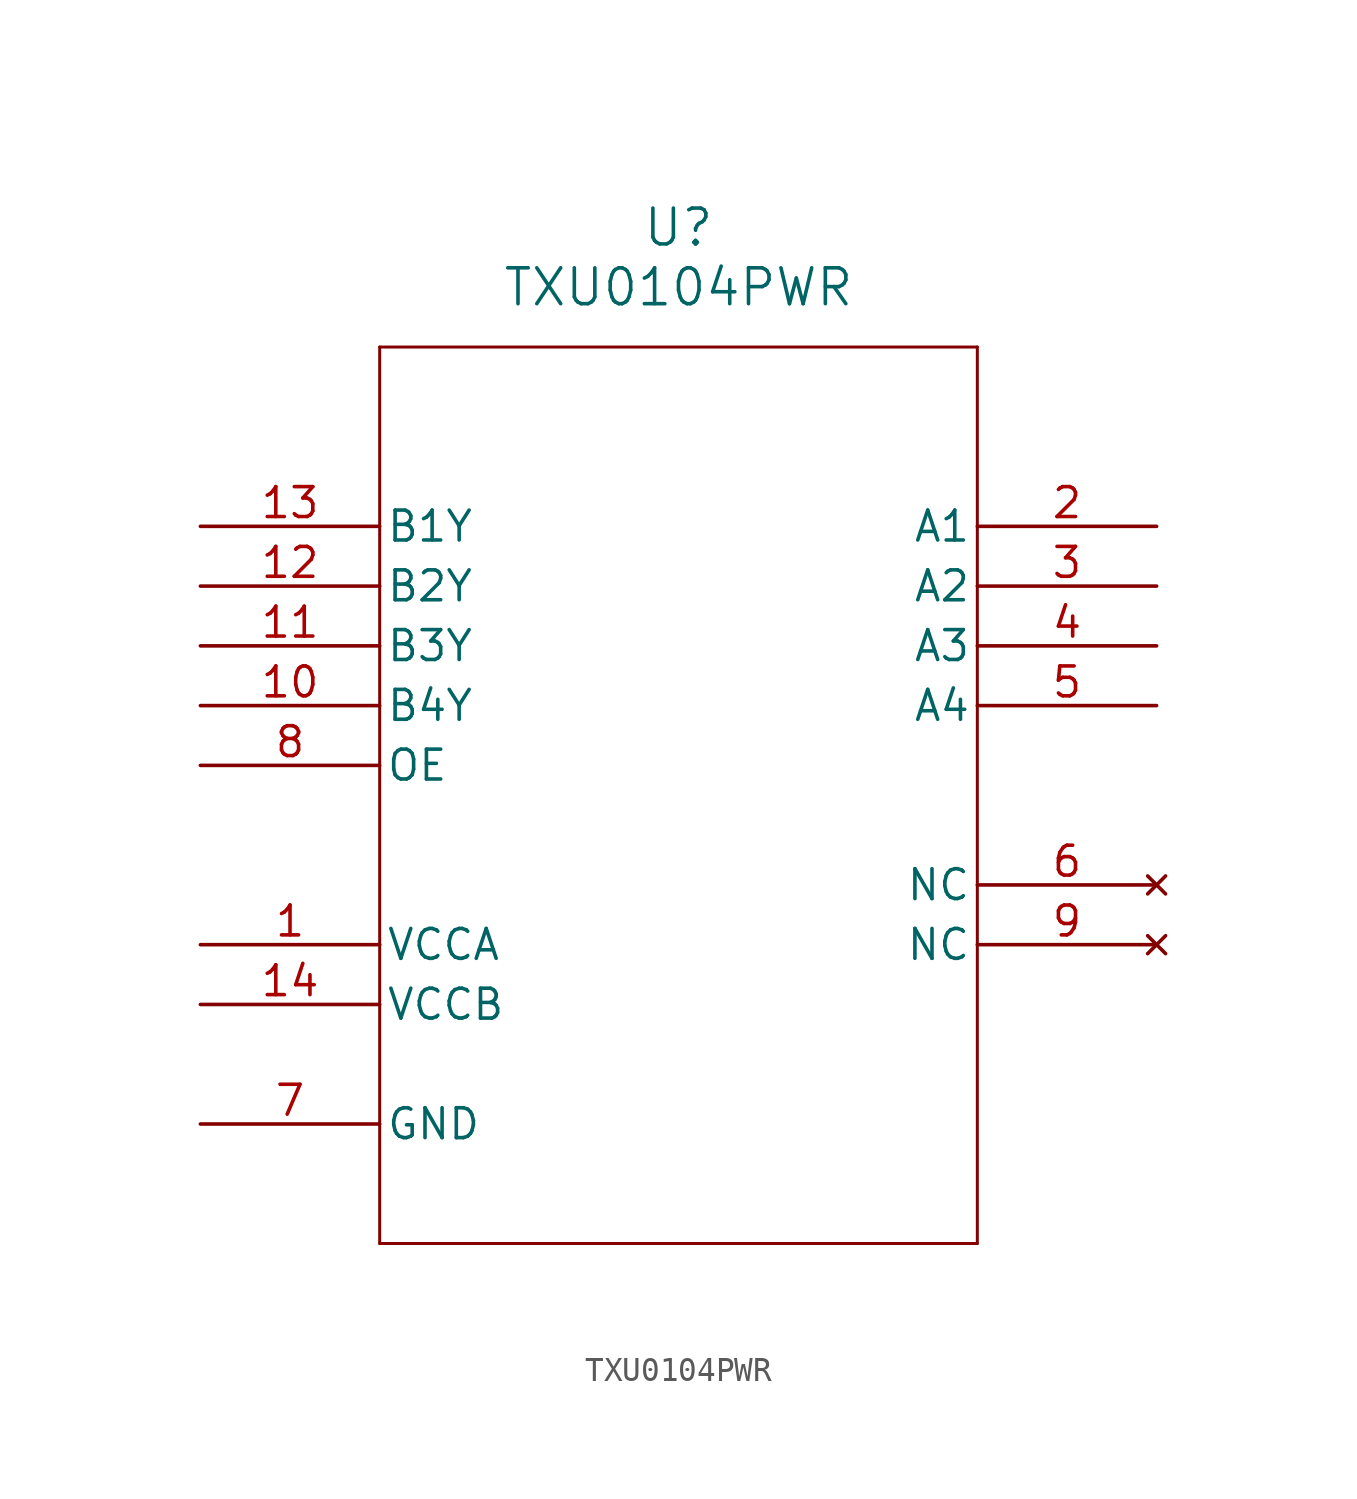
<source format=kicad_sym>
(kicad_symbol_lib
  (version 20211014)
  (generator kicad_symbol_editor)
  (symbol "TXU0104PWR"
    (pin_names
      (offset 0.254))
    (property "Reference" "U"
      (at 20.32 12.7 0)
      (effects (font (size 1.524 1.524))))
    (property "Value" "TXU0104PWR"
      (at 20.32 10.16 0)
      (effects (font (size 1.524 1.524))))
    (symbol "TXU0104PWR_0_1"
      (polyline (pts (xy 7.62 7.62) (xy 7.62 -30.48)) (stroke (width 0.127) (type default) (color 0 0 0 0)) (fill (type none)))
      (polyline (pts (xy 7.62 -30.48) (xy 33.02 -30.48)) (stroke (width 0.127) (type default) (color 0 0 0 0)) (fill (type none)))
      (polyline (pts (xy 33.02 -30.48) (xy 33.02 7.62)) (stroke (width 0.127) (type default) (color 0 0 0 0)) (fill (type none)))
      (polyline (pts (xy 33.02 7.62) (xy 7.62 7.62)) (stroke (width 0.127) (type default) (color 0 0 0 0)) (fill (type none)))
      (pin power_in line (at 0 -17.78 0) (length 7.62) (name "VCCA" (effects (font (size 1.27 1.27)))) (number "1" (effects (font (size 1.27 1.27)))))
      (pin bidirectional line (at 40.64 0 180) (length 7.62) (name "A1" (effects (font (size 1.27 1.27)))) (number "2" (effects (font (size 1.27 1.27)))))
      (pin bidirectional line (at 40.64 -2.54 180) (length 7.62) (name "A2" (effects (font (size 1.27 1.27)))) (number "3" (effects (font (size 1.27 1.27)))))
      (pin bidirectional line (at 40.64 -5.08 180) (length 7.62) (name "A3" (effects (font (size 1.27 1.27)))) (number "4" (effects (font (size 1.27 1.27)))))
      (pin bidirectional line (at 40.64 -7.62 180) (length 7.62) (name "A4" (effects (font (size 1.27 1.27)))) (number "5" (effects (font (size 1.27 1.27)))))
      (pin no_connect line (at 40.64 -15.24 180) (length 7.62) (name "NC" (effects (font (size 1.27 1.27)))) (number "6" (effects (font (size 1.27 1.27)))))
      (pin power_out line (at 0 -25.4 0) (length 7.62) (name "GND" (effects (font (size 1.27 1.27)))) (number "7" (effects (font (size 1.27 1.27)))))
      (pin unspecified line (at 0 -10.16 0) (length 7.62) (name "OE" (effects (font (size 1.27 1.27)))) (number "8" (effects (font (size 1.27 1.27)))))
      (pin no_connect line (at 40.64 -17.78 180) (length 7.62) (name "NC" (effects (font (size 1.27 1.27)))) (number "9" (effects (font (size 1.27 1.27)))))
      (pin bidirectional line (at 0 -7.62 0) (length 7.62) (name "B4Y" (effects (font (size 1.27 1.27)))) (number "10" (effects (font (size 1.27 1.27)))))
      (pin bidirectional line (at 0 -5.08 0) (length 7.62) (name "B3Y" (effects (font (size 1.27 1.27)))) (number "11" (effects (font (size 1.27 1.27)))))
      (pin bidirectional line (at 0 -2.54 0) (length 7.62) (name "B2Y" (effects (font (size 1.27 1.27)))) (number "12" (effects (font (size 1.27 1.27)))))
      (pin bidirectional line (at 0 0 0) (length 7.62) (name "B1Y" (effects (font (size 1.27 1.27)))) (number "13" (effects (font (size 1.27 1.27)))))
      (pin power_in line (at 0 -20.32 0) (length 7.62) (name "VCCB" (effects (font (size 1.27 1.27)))) (number "14" (effects (font (size 1.27 1.27))))))))
</source>
